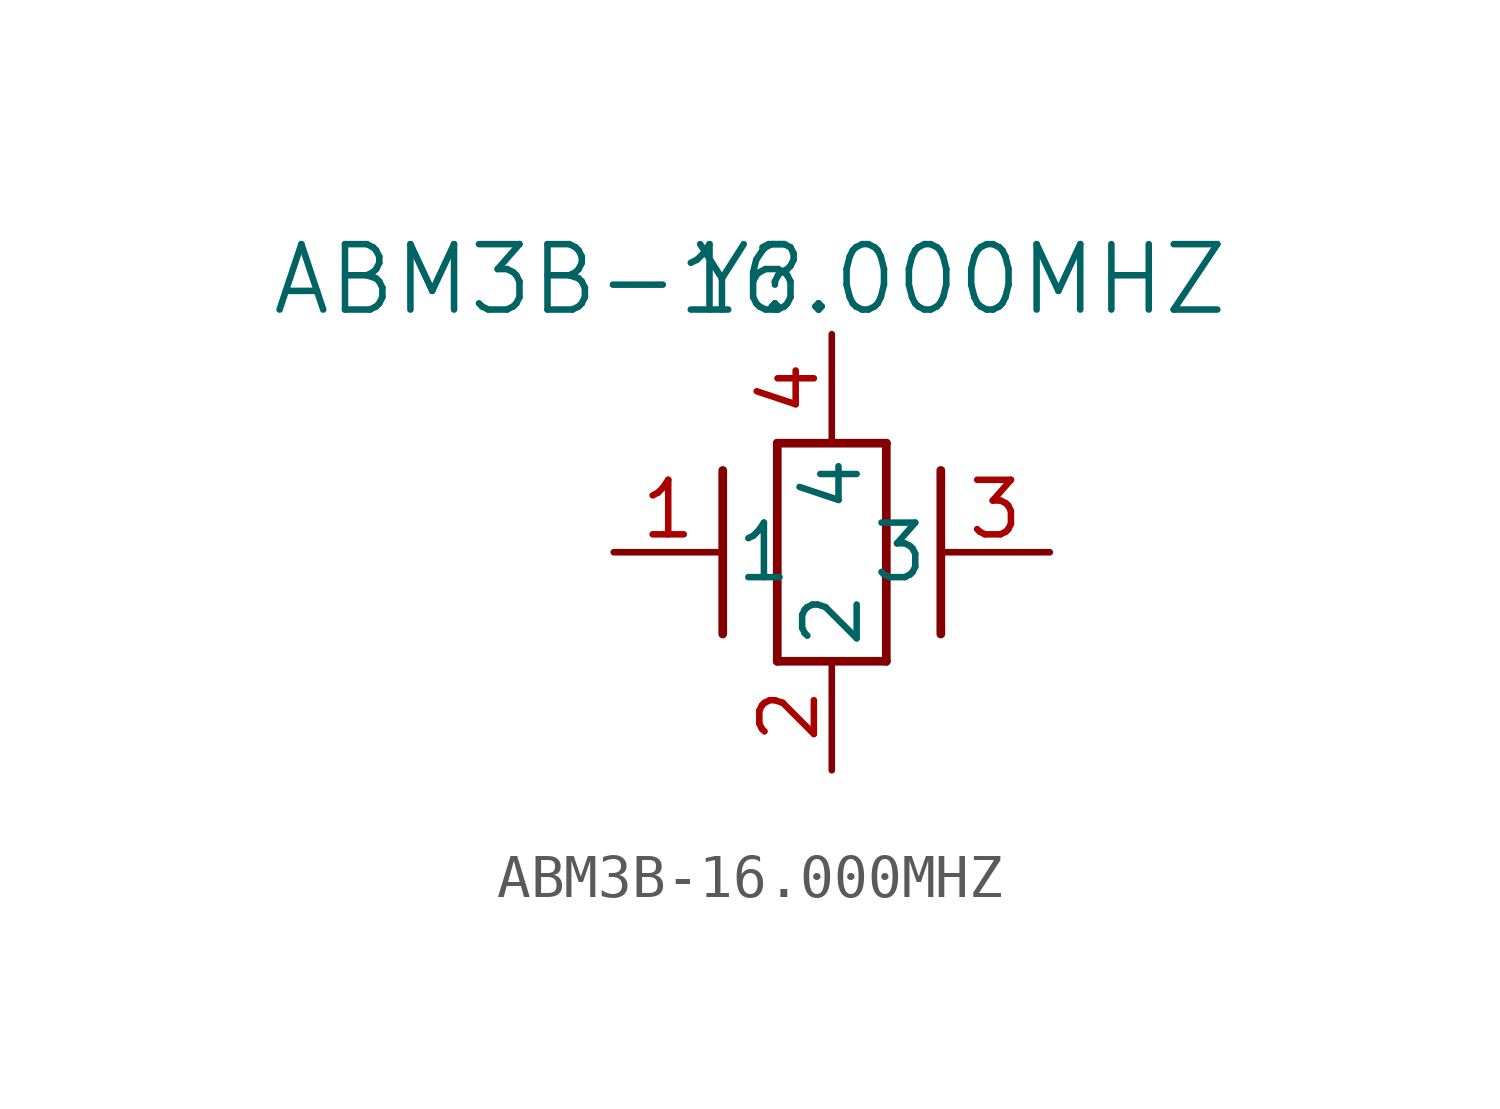
<source format=kicad_sym>
(kicad_symbol_lib
  (version 20211014)
  (generator kicad_symbol_editor)
  (symbol "ABM3B-16.000MHZ"
    (pin_names
      (offset 0.254))
    (property "Reference" "Y"
      (at 3.175 6.35 0)
      (effects (font (size 1.524 1.524))))
    (property "Value" "ABM3B-16.000MHZ"
      (at 3.175 6.35 0)
      (effects (font (size 1.524 1.524))))
    (symbol "ABM3B-16.000MHZ_0_1"
      (polyline (pts (xy 2.54 -1.905) (xy 2.54 1.905)) (stroke (width 0.203) (type default) (color 0 0 0 0)) (fill (type none)))
      (polyline (pts (xy 6.35 2.54) (xy 6.35 -2.54)) (stroke (width 0.203) (type default) (color 0 0 0 0)) (fill (type none)))
      (polyline (pts (xy 7.62 -1.905) (xy 7.62 1.905)) (stroke (width 0.203) (type default) (color 0 0 0 0)) (fill (type none)))
      (polyline (pts (xy 6.35 -2.54) (xy 3.81 -2.54)) (stroke (width 0.203) (type default) (color 0 0 0 0)) (fill (type none)))
      (polyline (pts (xy 3.81 2.54) (xy 6.35 2.54)) (stroke (width 0.203) (type default) (color 0 0 0 0)) (fill (type none)))
      (polyline (pts (xy 3.81 -2.54) (xy 3.81 2.54)) (stroke (width 0.203) (type default) (color 0 0 0 0)) (fill (type none)))
      (pin power_in line (at 5.08 -5.08 90) (length 2.54) (name "2" (effects (font (size 1.27 1.27)))) (number "2" (effects (font (size 1.27 1.27)))))
      (pin unspecified line (at 0 0 0) (length 2.54) (name "1" (effects (font (size 1.27 1.27)))) (number "1" (effects (font (size 1.27 1.27)))))
      (pin unspecified line (at 10.16 0 180) (length 2.54) (name "3" (effects (font (size 1.27 1.27)))) (number "3" (effects (font (size 1.27 1.27)))))
      (pin power_in line (at 5.08 5.08 270) (length 2.54) (name "4" (effects (font (size 1.27 1.27)))) (number "4" (effects (font (size 1.27 1.27))))))))
</source>
